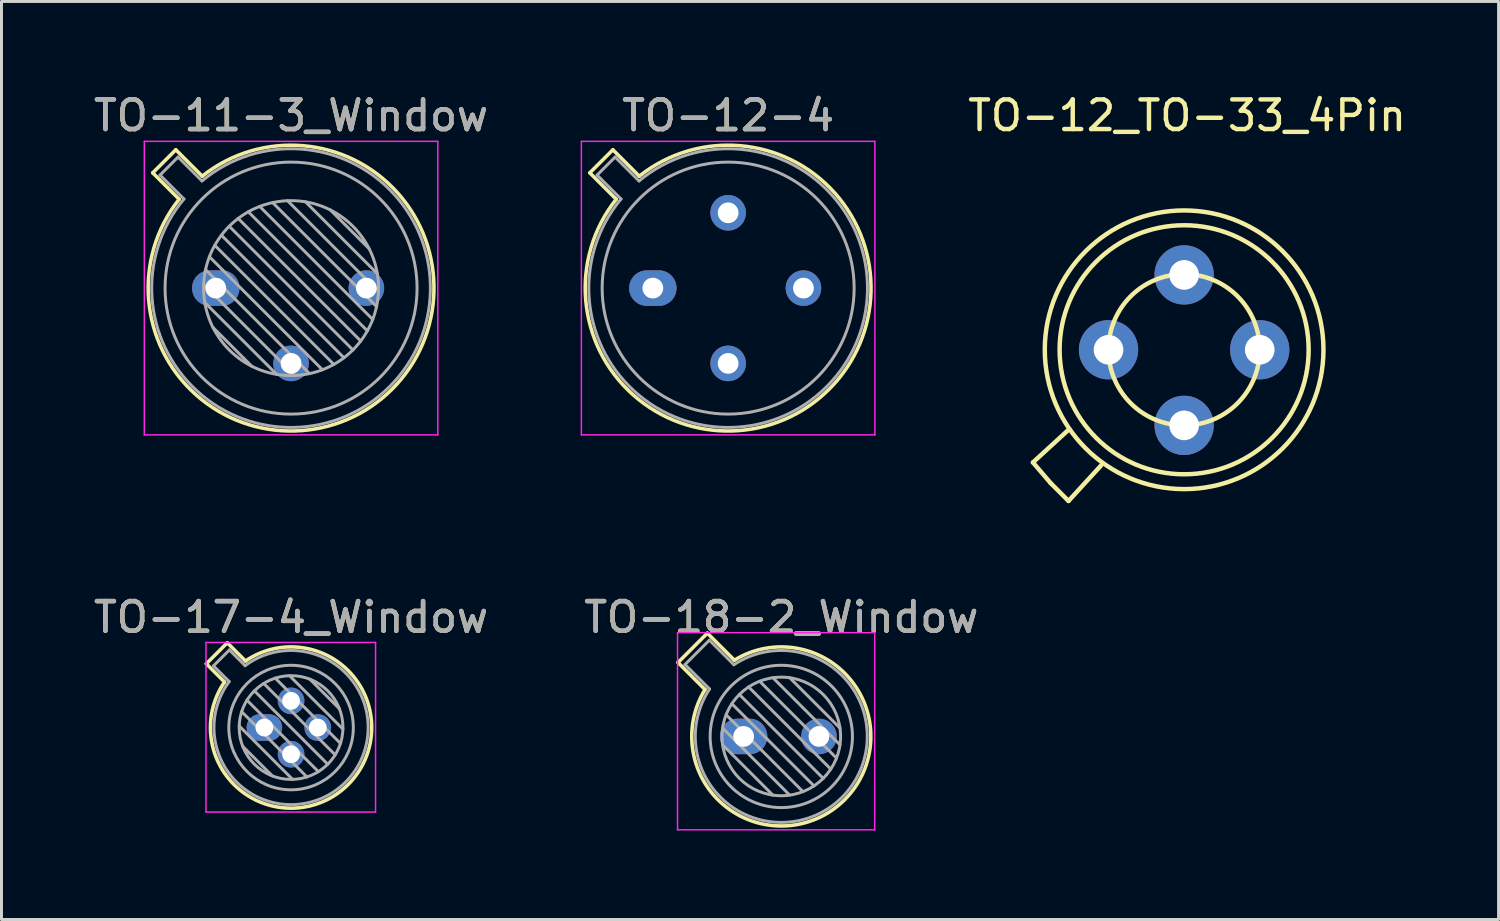
<source format=kicad_pcb>
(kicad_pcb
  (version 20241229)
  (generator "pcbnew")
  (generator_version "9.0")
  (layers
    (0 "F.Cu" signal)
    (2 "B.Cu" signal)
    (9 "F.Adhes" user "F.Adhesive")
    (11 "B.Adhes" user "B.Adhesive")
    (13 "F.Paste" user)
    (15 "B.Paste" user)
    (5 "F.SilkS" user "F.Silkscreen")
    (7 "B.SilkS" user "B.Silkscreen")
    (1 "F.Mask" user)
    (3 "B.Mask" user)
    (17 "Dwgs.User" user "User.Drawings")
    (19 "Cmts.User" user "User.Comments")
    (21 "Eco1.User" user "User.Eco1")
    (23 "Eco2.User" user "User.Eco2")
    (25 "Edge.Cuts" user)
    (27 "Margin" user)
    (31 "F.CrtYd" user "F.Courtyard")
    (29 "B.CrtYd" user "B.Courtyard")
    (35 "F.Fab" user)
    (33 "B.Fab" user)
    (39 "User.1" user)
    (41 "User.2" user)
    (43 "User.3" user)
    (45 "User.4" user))
  (footprint "TO-11-3_Window"
    (layer "F.Cu")
    (at 4.228 6.668)
    (property "Reference" "TO-11-3_Window" (at 2.54 -5.82 0) (layer "F.SilkS") (effects (font (size 1 1) (thickness 0.15))))
    (attr through_hole)
    (fp_line (start -2.126 -3.888) (end -1.235 -2.997) (stroke (width 0.12) (type solid)) (layer "F.SilkS"))
    (fp_line (start -1.348 -4.666) (end -2.126 -3.888) (stroke (width 0.12) (type solid)) (layer "F.SilkS"))
    (fp_line (start -0.457 -3.775) (end -1.348 -4.666) (stroke (width 0.12) (type solid)) (layer "F.SilkS"))
    (fp_arc (start -0.457084 -3.774902) (mid 5.948125 3.408384) (end -1.234674 -2.997371) (stroke (width 0.12) (type solid)) (layer "F.SilkS"))
    (fp_line (start -2.41 -4.95) (end -2.41 4.95) (stroke (width 0.05) (type solid)) (layer "F.CrtYd"))
    (fp_line (start -2.41 4.95) (end 7.49 4.95) (stroke (width 0.05) (type solid)) (layer "F.CrtYd"))
    (fp_line (start 7.49 -4.95) (end -2.41 -4.95) (stroke (width 0.05) (type solid)) (layer "F.CrtYd"))
    (fp_line (start 7.49 4.95) (end 7.49 -4.95) (stroke (width 0.05) (type solid)) (layer "F.CrtYd"))
    (fp_line (start -1.88 -3.812) (end -1.074 -3.005) (stroke (width 0.1) (type solid)) (layer "F.Fab"))
    (fp_line (start -1.272 -4.42) (end -1.88 -3.812) (stroke (width 0.1) (type solid)) (layer "F.Fab"))
    (fp_line (start -0.465 -3.614) (end -1.272 -4.42) (stroke (width 0.1) (type solid)) (layer "F.Fab"))
    (fp_line (start -0.408 -0.12) (end 2.66 2.948) (stroke (width 0.1) (type solid)) (layer "F.Fab"))
    (fp_line (start -0.371 0.485) (end 2.055 2.911) (stroke (width 0.1) (type solid)) (layer "F.Fab"))
    (fp_line (start -0.344 -0.622) (end 3.162 2.884) (stroke (width 0.1) (type solid)) (layer "F.Fab"))
    (fp_line (start -0.215 -1.058) (end 3.598 2.755) (stroke (width 0.1) (type solid)) (layer "F.Fab"))
    (fp_line (start -0.097 1.324) (end 1.216 2.637) (stroke (width 0.1) (type solid)) (layer "F.Fab"))
    (fp_line (start -0.034 -1.443) (end 3.983 2.574) (stroke (width 0.1) (type solid)) (layer "F.Fab"))
    (fp_line (start 0.19 -1.784) (end 4.324 2.35) (stroke (width 0.1) (type solid)) (layer "F.Fab"))
    (fp_line (start 0.454 -2.086) (end 4.626 2.086) (stroke (width 0.1) (type solid)) (layer "F.Fab"))
    (fp_line (start 0.756 -2.35) (end 4.89 1.784) (stroke (width 0.1) (type solid)) (layer "F.Fab"))
    (fp_line (start 1.097 -2.574) (end 5.114 1.443) (stroke (width 0.1) (type solid)) (layer "F.Fab"))
    (fp_line (start 1.482 -2.755) (end 5.295 1.058) (stroke (width 0.1) (type solid)) (layer "F.Fab"))
    (fp_line (start 1.918 -2.884) (end 5.424 0.622) (stroke (width 0.1) (type solid)) (layer "F.Fab"))
    (fp_line (start 2.42 -2.948) (end 5.488 0.12) (stroke (width 0.1) (type solid)) (layer "F.Fab"))
    (fp_line (start 3.025 -2.911) (end 5.451 -0.485) (stroke (width 0.1) (type solid)) (layer "F.Fab"))
    (fp_line (start 3.864 -2.637) (end 5.177 -1.324) (stroke (width 0.1) (type solid)) (layer "F.Fab"))
    (fp_arc (start -0.465408 -3.61352) (mid 5.863443 3.323361) (end -1.073594 -3.005319) (stroke (width 0.1) (type solid)) (layer "F.Fab"))
    (fp_circle (center 2.54 0) (end 5.49 0) (stroke (width 0.1) (type solid)) (fill no) (layer "F.Fab"))
    (fp_circle (center 2.54 0) (end 6.79 0) (stroke (width 0.1) (type solid)) (fill no) (layer "F.Fab"))
    (fp_text user "${REFERENCE}" (at 2.54 -5.82 0) (layer "F.Fab") (effects (font (size 1 1) (thickness 0.15))))
    (pad "1" thru_hole oval (at 0 0) (size 1.6 1.2) (drill 0.7) (layers "*.Cu" "*.Mask"))
    (pad "2" thru_hole oval (at 2.54 2.54) (size 1.2 1.2) (drill 0.7) (layers "*.Cu" "*.Mask"))
    (pad "3" thru_hole oval (at 5.08 0) (size 1.2 1.2) (drill 0.7) (layers "*.Cu" "*.Mask")))
  (footprint "TO-12_TO-33_4Pin"
    (layer "F.Cu")
    (at 36.892 8.748)
    (property "Reference" "TO-12_TO-33_4Pin" (at 0.1 -7.9 0) (layer "F.SilkS") (effects (font (size 1 1) (thickness 0.15))))
    (attr through_hole)
    (fp_line (start -5.1 3.8) (end -3.9 2.7) (stroke (width 0.15) (type solid)) (layer "F.SilkS"))
    (fp_line (start -4.5 4.5) (end -5.1 3.8) (stroke (width 0.15) (type solid)) (layer "F.SilkS"))
    (fp_line (start -4.5 4.5) (end -3.9 5.1) (stroke (width 0.15) (type solid)) (layer "F.SilkS"))
    (fp_line (start -3.9 5.1) (end -2.8 3.9) (stroke (width 0.15) (type solid)) (layer "F.SilkS"))
    (fp_circle (center 0 0) (end 2.55 0) (stroke (width 0.15) (type solid)) (fill no) (layer "F.SilkS"))
    (fp_circle (center 0 0) (end 4.2 0) (stroke (width 0.15) (type solid)) (fill no) (layer "F.SilkS"))
    (fp_circle (center 0 0) (end 4.7 0) (stroke (width 0.15) (type solid)) (fill no) (layer "F.SilkS"))
    (pad "1" thru_hole circle (at -2.55 0) (size 2 2) (drill 1) (layers "*.Cu" "*.Mask"))
    (pad "2" thru_hole circle (at 0 -2.525) (size 2 2) (drill 1) (layers "*.Cu" "*.Mask"))
    (pad "3" thru_hole circle (at 2.55 0) (size 2 2) (drill 1) (layers "*.Cu" "*.Mask"))
    (pad "4" thru_hole circle (at 0 2.55) (size 2 2) (drill 1) (layers "*.Cu" "*.Mask")))
  (footprint "TO-17-4_Window"
    (layer "F.Cu")
    (at 5.868 21.491)
    (property "Reference" "TO-17-4_Window" (at 0.9 -3.72 0) (layer "F.SilkS") (effects (font (size 1 1) (thickness 0.15))))
    (attr through_hole)
    (fp_line (start -1.959 -2.152) (end -1.344 -1.537) (stroke (width 0.12) (type solid)) (layer "F.SilkS"))
    (fp_line (start -1.252 -2.859) (end -1.959 -2.152) (stroke (width 0.12) (type solid)) (layer "F.SilkS"))
    (fp_line (start -0.637 -2.244) (end -1.252 -2.859) (stroke (width 0.12) (type solid)) (layer "F.SilkS"))
    (fp_arc (start -0.637002 -2.244109) (mid 2.82358 1.923081) (end -1.344508 -1.536419) (stroke (width 0.12) (type solid)) (layer "F.SilkS"))
    (fp_line (start -1.97 -2.87) (end -1.97 2.85) (stroke (width 0.05) (type solid)) (layer "F.CrtYd"))
    (fp_line (start -1.97 2.85) (end 3.75 2.85) (stroke (width 0.05) (type solid)) (layer "F.CrtYd"))
    (fp_line (start 3.75 -2.87) (end -1.97 -2.87) (stroke (width 0.05) (type solid)) (layer "F.CrtYd"))
    (fp_line (start 3.75 2.85) (end 3.75 -2.87) (stroke (width 0.05) (type solid)) (layer "F.CrtYd"))
    (fp_line (start -1.718 -2.08) (end -1.187 -1.55) (stroke (width 0.1) (type solid)) (layer "F.Fab"))
    (fp_line (start -1.18 -2.618) (end -1.718 -2.08) (stroke (width 0.1) (type solid)) (layer "F.Fab"))
    (fp_line (start -0.85 -0.053) (end 0.953 1.75) (stroke (width 0.1) (type solid)) (layer "F.Fab"))
    (fp_line (start -0.767 -0.535) (end 1.435 1.667) (stroke (width 0.1) (type solid)) (layer "F.Fab"))
    (fp_line (start -0.733 0.631) (end 0.269 1.633) (stroke (width 0.1) (type solid)) (layer "F.Fab"))
    (fp_line (start -0.65 -2.087) (end -1.18 -2.618) (stroke (width 0.1) (type solid)) (layer "F.Fab"))
    (fp_line (start -0.588 -0.922) (end 1.822 1.488) (stroke (width 0.1) (type solid)) (layer "F.Fab"))
    (fp_line (start -0.338 -1.238) (end 2.138 1.238) (stroke (width 0.1) (type solid)) (layer "F.Fab"))
    (fp_line (start -0.022 -1.488) (end 2.388 0.922) (stroke (width 0.1) (type solid)) (layer "F.Fab"))
    (fp_line (start 0.365 -1.667) (end 2.567 0.535) (stroke (width 0.1) (type solid)) (layer "F.Fab"))
    (fp_line (start 0.847 -1.75) (end 2.65 0.053) (stroke (width 0.1) (type solid)) (layer "F.Fab"))
    (fp_line (start 1.531 -1.633) (end 2.533 -0.631) (stroke (width 0.1) (type solid)) (layer "F.Fab"))
    (fp_arc (start -0.650035 -2.087436) (mid 2.738346 1.838609) (end -1.187214 -1.550334) (stroke (width 0.1) (type solid)) (layer "F.Fab"))
    (fp_circle (center 0.9 0) (end 2.65 0) (stroke (width 0.1) (type solid)) (fill no) (layer "F.Fab"))
    (fp_circle (center 0.9 0) (end 3 0) (stroke (width 0.1) (type solid)) (fill no) (layer "F.Fab"))
    (fp_text user "${REFERENCE}" (at 0.9 -3.72 0) (layer "F.Fab") (effects (font (size 1 1) (thickness 0.15))))
    (pad "1" thru_hole oval (at 0 0) (size 1.2 0.9) (drill 0.6) (layers "*.Cu" "*.Mask"))
    (pad "2" thru_hole oval (at 0.9 0.9) (size 0.9 0.9) (drill 0.6) (layers "*.Cu" "*.Mask"))
    (pad "3" thru_hole oval (at 1.8 0) (size 0.9 0.9) (drill 0.6) (layers "*.Cu" "*.Mask"))
    (pad "4" thru_hole oval (at 0.9 -0.9) (size 0.9 0.9) (drill 0.6) (layers "*.Cu" "*.Mask")))
  (footprint "TO-12-4"
    (layer "F.Cu")
    (at 18.971 6.668)
    (property "Reference" "TO-12-4" (at 2.54 -5.82 0) (layer "F.SilkS") (effects (font (size 1 1) (thickness 0.15))))
    (attr through_hole)
    (fp_line (start -2.126 -3.888) (end -1.235 -2.997) (stroke (width 0.12) (type solid)) (layer "F.SilkS"))
    (fp_line (start -1.348 -4.666) (end -2.126 -3.888) (stroke (width 0.12) (type solid)) (layer "F.SilkS"))
    (fp_line (start -0.457 -3.775) (end -1.348 -4.666) (stroke (width 0.12) (type solid)) (layer "F.SilkS"))
    (fp_arc (start -0.457084 -3.774902) (mid 5.948125 3.408384) (end -1.234674 -2.997371) (stroke (width 0.12) (type solid)) (layer "F.SilkS"))
    (fp_line (start -2.41 -4.95) (end -2.41 4.95) (stroke (width 0.05) (type solid)) (layer "F.CrtYd"))
    (fp_line (start -2.41 4.95) (end 7.49 4.95) (stroke (width 0.05) (type solid)) (layer "F.CrtYd"))
    (fp_line (start 7.49 -4.95) (end -2.41 -4.95) (stroke (width 0.05) (type solid)) (layer "F.CrtYd"))
    (fp_line (start 7.49 4.95) (end 7.49 -4.95) (stroke (width 0.05) (type solid)) (layer "F.CrtYd"))
    (fp_line (start -1.88 -3.812) (end -1.074 -3.005) (stroke (width 0.1) (type solid)) (layer "F.Fab"))
    (fp_line (start -1.272 -4.42) (end -1.88 -3.812) (stroke (width 0.1) (type solid)) (layer "F.Fab"))
    (fp_line (start -0.465 -3.614) (end -1.272 -4.42) (stroke (width 0.1) (type solid)) (layer "F.Fab"))
    (fp_arc (start -0.465408 -3.61352) (mid 5.863443 3.323361) (end -1.073594 -3.005319) (stroke (width 0.1) (type solid)) (layer "F.Fab"))
    (fp_circle (center 2.54 0) (end 6.79 0) (stroke (width 0.1) (type solid)) (fill no) (layer "F.Fab"))
    (fp_text user "${REFERENCE}" (at 2.54 -5.82 0) (layer "F.Fab") (effects (font (size 1 1) (thickness 0.15))))
    (pad "1" thru_hole oval (at 0 0) (size 1.6 1.2) (drill 0.7) (layers "*.Cu" "*.Mask"))
    (pad "2" thru_hole oval (at 2.54 2.54) (size 1.2 1.2) (drill 0.7) (layers "*.Cu" "*.Mask"))
    (pad "3" thru_hole oval (at 5.08 0) (size 1.2 1.2) (drill 0.7) (layers "*.Cu" "*.Mask"))
    (pad "4" thru_hole oval (at 2.54 -2.54) (size 1.2 1.2) (drill 0.7) (layers "*.Cu" "*.Mask")))
  (footprint "TO-18-2_Window"
    (layer "F.Cu")
    (at 22.034 21.791)
    (property "Reference" "TO-18-2_Window" (at 1.27 -4.02 0) (layer "F.SilkS") (effects (font (size 1 1) (thickness 0.15))))
    (attr through_hole)
    (fp_line (start -2.214 -2.494) (end -1.302 -1.582) (stroke (width 0.12) (type solid)) (layer "F.SilkS"))
    (fp_line (start -1.224 -3.484) (end -2.214 -2.494) (stroke (width 0.12) (type solid)) (layer "F.SilkS"))
    (fp_line (start -0.312 -2.572) (end -1.224 -3.484) (stroke (width 0.12) (type solid)) (layer "F.SilkS"))
    (fp_arc (start -0.312331 -2.572281) (mid 3.405374 2.135551) (end -1.30215 -1.582544) (stroke (width 0.12) (type solid)) (layer "F.SilkS"))
    (fp_line (start -2.23 -3.5) (end -2.23 3.15) (stroke (width 0.05) (type solid)) (layer "F.CrtYd"))
    (fp_line (start -2.23 3.15) (end 4.42 3.15) (stroke (width 0.05) (type solid)) (layer "F.CrtYd"))
    (fp_line (start 4.42 -3.5) (end -2.23 -3.5) (stroke (width 0.05) (type solid)) (layer "F.CrtYd"))
    (fp_line (start 4.42 3.15) (end 4.42 -3.5) (stroke (width 0.05) (type solid)) (layer "F.CrtYd"))
    (fp_line (start -1.977 -2.426) (end -1.149 -1.599) (stroke (width 0.1) (type solid)) (layer "F.Fab"))
    (fp_line (start -1.156 -3.247) (end -1.977 -2.426) (stroke (width 0.1) (type solid)) (layer "F.Fab"))
    (fp_line (start -0.71 -0.283) (end 1.553 1.98) (stroke (width 0.1) (type solid)) (layer "F.Fab"))
    (fp_line (start -0.71 0.283) (end 0.987 1.98) (stroke (width 0.1) (type solid)) (layer "F.Fab"))
    (fp_line (start -0.592 -0.731) (end 2.001 1.862) (stroke (width 0.1) (type solid)) (layer "F.Fab"))
    (fp_line (start -0.399 -1.103) (end 2.373 1.669) (stroke (width 0.1) (type solid)) (layer "F.Fab"))
    (fp_line (start -0.329 -2.419) (end -1.156 -3.247) (stroke (width 0.1) (type solid)) (layer "F.Fab"))
    (fp_line (start -0.145 -1.415) (end 2.685 1.415) (stroke (width 0.1) (type solid)) (layer "F.Fab"))
    (fp_line (start 0.167 -1.669) (end 2.939 1.103) (stroke (width 0.1) (type solid)) (layer "F.Fab"))
    (fp_line (start 0.539 -1.862) (end 3.132 0.731) (stroke (width 0.1) (type solid)) (layer "F.Fab"))
    (fp_line (start 0.987 -1.98) (end 3.25 0.283) (stroke (width 0.1) (type solid)) (layer "F.Fab"))
    (fp_line (start 1.553 -1.98) (end 3.25 -0.283) (stroke (width 0.1) (type solid)) (layer "F.Fab"))
    (fp_arc (start -0.329057 -2.419301) (mid 3.321076 2.050143) (end -1.150029 -1.597956) (stroke (width 0.1) (type solid)) (layer "F.Fab"))
    (fp_circle (center 1.27 0) (end 3.27 0) (stroke (width 0.1) (type solid)) (fill no) (layer "F.Fab"))
    (fp_circle (center 1.27 0) (end 3.67 0) (stroke (width 0.1) (type solid)) (fill no) (layer "F.Fab"))
    (fp_text user "${REFERENCE}" (at 1.27 -4.02 0) (layer "F.Fab") (effects (font (size 1 1) (thickness 0.15))))
    (pad "1" thru_hole oval (at 0 0) (size 1.6 1.2) (drill 0.7) (layers "*.Cu" "*.Mask"))
    (pad "2" thru_hole oval (at 2.54 0) (size 1.2 1.2) (drill 0.7) (layers "*.Cu" "*.Mask")))
  (gr_rect
    (start -3 -3)
    (end 47.498 27.966)
    (stroke (width 0.1) (type default))
    (fill no)
    (layer "Edge.Cuts")))
</source>
